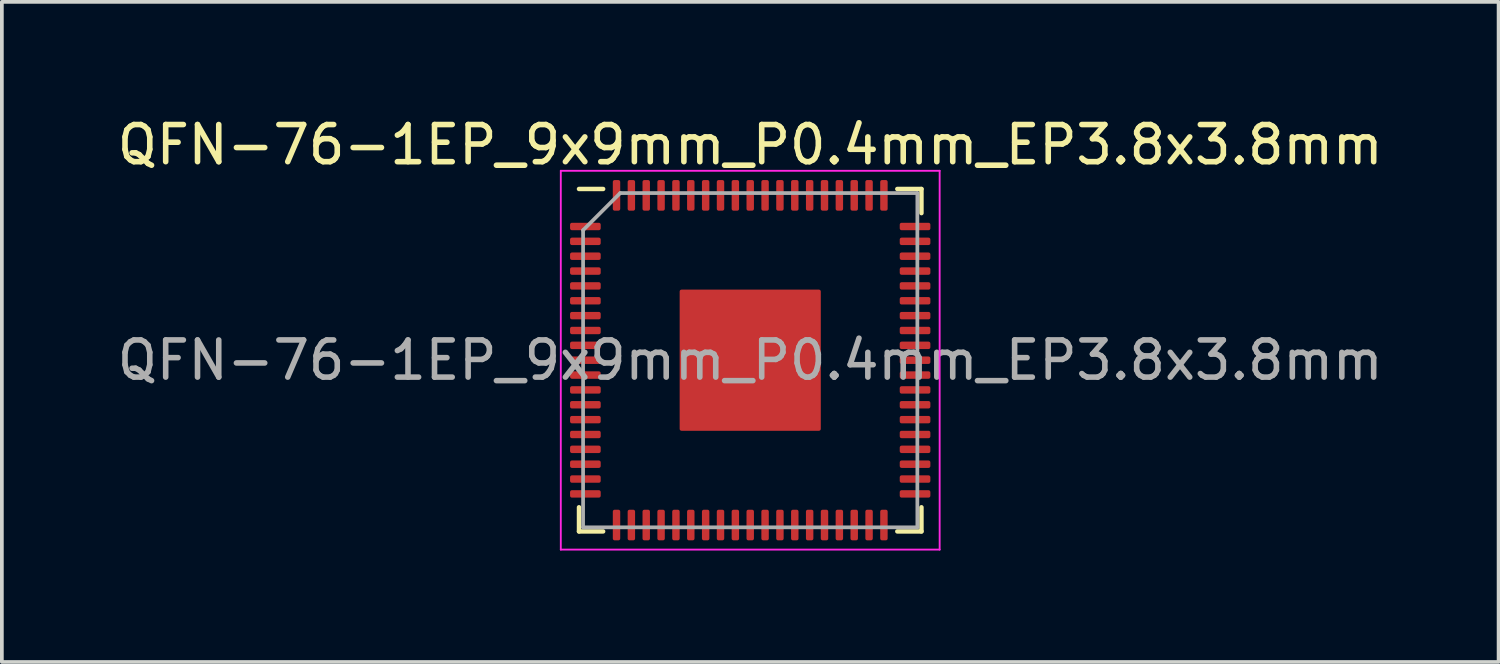
<source format=kicad_pcb>
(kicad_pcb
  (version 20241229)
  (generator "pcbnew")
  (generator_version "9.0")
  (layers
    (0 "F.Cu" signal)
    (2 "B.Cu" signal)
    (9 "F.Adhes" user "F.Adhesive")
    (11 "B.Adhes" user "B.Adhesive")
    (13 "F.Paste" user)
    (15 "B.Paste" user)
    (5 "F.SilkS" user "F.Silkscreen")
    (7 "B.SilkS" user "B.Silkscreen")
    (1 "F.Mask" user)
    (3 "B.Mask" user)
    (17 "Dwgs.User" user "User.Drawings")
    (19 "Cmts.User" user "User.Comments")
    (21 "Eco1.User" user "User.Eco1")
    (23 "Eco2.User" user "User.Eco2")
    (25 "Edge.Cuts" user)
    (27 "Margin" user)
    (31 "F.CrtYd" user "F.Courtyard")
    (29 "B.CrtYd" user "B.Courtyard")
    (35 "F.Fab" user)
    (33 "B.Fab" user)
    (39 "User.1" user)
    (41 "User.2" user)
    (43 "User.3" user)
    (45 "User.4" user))
  (footprint "QFN-76-1EP_9x9mm_P0.4mm_EP3.8x3.8mm"
    (layer "F.Cu")
    (at 17.149 6.648)
    (property "Reference" "QFN-76-1EP_9x9mm_P0.4mm_EP3.8x3.8mm" (at 0 -5.8 0) (layer "F.SilkS") (effects (font (size 1 1) (thickness 0.15))))
    (attr smd)
    (fp_line (start -4.61 4.61) (end -4.61 3.96) (stroke (width 0.12) (type solid)) (layer "F.SilkS"))
    (fp_line (start -3.96 -4.61) (end -4.61 -4.61) (stroke (width 0.12) (type solid)) (layer "F.SilkS"))
    (fp_line (start -3.96 4.61) (end -4.61 4.61) (stroke (width 0.12) (type solid)) (layer "F.SilkS"))
    (fp_line (start 3.96 -4.61) (end 4.61 -4.61) (stroke (width 0.12) (type solid)) (layer "F.SilkS"))
    (fp_line (start 3.96 4.61) (end 4.61 4.61) (stroke (width 0.12) (type solid)) (layer "F.SilkS"))
    (fp_line (start 4.61 -4.61) (end 4.61 -3.96) (stroke (width 0.12) (type solid)) (layer "F.SilkS"))
    (fp_line (start 4.61 4.61) (end 4.61 3.96) (stroke (width 0.12) (type solid)) (layer "F.SilkS"))
    (fp_line (start -5.1 -5.1) (end -5.1 5.1) (stroke (width 0.05) (type solid)) (layer "F.CrtYd"))
    (fp_line (start -5.1 5.1) (end 5.1 5.1) (stroke (width 0.05) (type solid)) (layer "F.CrtYd"))
    (fp_line (start 5.1 -5.1) (end -5.1 -5.1) (stroke (width 0.05) (type solid)) (layer "F.CrtYd"))
    (fp_line (start 5.1 5.1) (end 5.1 -5.1) (stroke (width 0.05) (type solid)) (layer "F.CrtYd"))
    (fp_line (start -4.5 -3.5) (end -3.5 -4.5) (stroke (width 0.1) (type solid)) (layer "F.Fab"))
    (fp_line (start -4.5 4.5) (end -4.5 -3.5) (stroke (width 0.1) (type solid)) (layer "F.Fab"))
    (fp_line (start -3.5 -4.5) (end 4.5 -4.5) (stroke (width 0.1) (type solid)) (layer "F.Fab"))
    (fp_line (start 4.5 -4.5) (end 4.5 4.5) (stroke (width 0.1) (type solid)) (layer "F.Fab"))
    (fp_line (start 4.5 4.5) (end -4.5 4.5) (stroke (width 0.1) (type solid)) (layer "F.Fab"))
    (fp_text user "${REFERENCE}" (at 0 0 0) (layer "F.Fab") (effects (font (size 1 1) (thickness 0.15))))
    (pad "" smd roundrect (at -1.27 -1.27) (size 1.02 1.02) (layers "F.Paste") (roundrect_rratio 0.245))
    (pad "" smd roundrect (at -1.27 0) (size 1.02 1.02) (layers "F.Paste") (roundrect_rratio 0.245))
    (pad "" smd roundrect (at -1.27 1.27) (size 1.02 1.02) (layers "F.Paste") (roundrect_rratio 0.245))
    (pad "" smd roundrect (at 0 -1.27) (size 1.02 1.02) (layers "F.Paste") (roundrect_rratio 0.245))
    (pad "" smd roundrect (at 0 0) (size 1.02 1.02) (layers "F.Paste") (roundrect_rratio 0.245))
    (pad "" smd roundrect (at 0 1.27) (size 1.02 1.02) (layers "F.Paste") (roundrect_rratio 0.245))
    (pad "" smd roundrect (at 1.27 -1.27) (size 1.02 1.02) (layers "F.Paste") (roundrect_rratio 0.245))
    (pad "" smd roundrect (at 1.27 0) (size 1.02 1.02) (layers "F.Paste") (roundrect_rratio 0.245))
    (pad "" smd roundrect (at 1.27 1.27) (size 1.02 1.02) (layers "F.Paste") (roundrect_rratio 0.245))
    (pad "1" smd roundrect (at -4.438 -3.6) (size 0.825 0.2) (layers "F.Cu" "F.Mask" "F.Paste") (roundrect_rratio 0.25))
    (pad "2" smd roundrect (at -4.438 -3.2) (size 0.825 0.2) (layers "F.Cu" "F.Mask" "F.Paste") (roundrect_rratio 0.25))
    (pad "3" smd roundrect (at -4.438 -2.8) (size 0.825 0.2) (layers "F.Cu" "F.Mask" "F.Paste") (roundrect_rratio 0.25))
    (pad "4" smd roundrect (at -4.438 -2.4) (size 0.825 0.2) (layers "F.Cu" "F.Mask" "F.Paste") (roundrect_rratio 0.25))
    (pad "5" smd roundrect (at -4.438 -2) (size 0.825 0.2) (layers "F.Cu" "F.Mask" "F.Paste") (roundrect_rratio 0.25))
    (pad "6" smd roundrect (at -4.438 -1.6) (size 0.825 0.2) (layers "F.Cu" "F.Mask" "F.Paste") (roundrect_rratio 0.25))
    (pad "7" smd roundrect (at -4.438 -1.2) (size 0.825 0.2) (layers "F.Cu" "F.Mask" "F.Paste") (roundrect_rratio 0.25))
    (pad "8" smd roundrect (at -4.438 -0.8) (size 0.825 0.2) (layers "F.Cu" "F.Mask" "F.Paste") (roundrect_rratio 0.25))
    (pad "9" smd roundrect (at -4.438 -0.4) (size 0.825 0.2) (layers "F.Cu" "F.Mask" "F.Paste") (roundrect_rratio 0.25))
    (pad "10" smd roundrect (at -4.438 0) (size 0.825 0.2) (layers "F.Cu" "F.Mask" "F.Paste") (roundrect_rratio 0.25))
    (pad "11" smd roundrect (at -4.438 0.4) (size 0.825 0.2) (layers "F.Cu" "F.Mask" "F.Paste") (roundrect_rratio 0.25))
    (pad "12" smd roundrect (at -4.438 0.8) (size 0.825 0.2) (layers "F.Cu" "F.Mask" "F.Paste") (roundrect_rratio 0.25))
    (pad "13" smd roundrect (at -4.438 1.2) (size 0.825 0.2) (layers "F.Cu" "F.Mask" "F.Paste") (roundrect_rratio 0.25))
    (pad "14" smd roundrect (at -4.438 1.6) (size 0.825 0.2) (layers "F.Cu" "F.Mask" "F.Paste") (roundrect_rratio 0.25))
    (pad "15" smd roundrect (at -4.438 2) (size 0.825 0.2) (layers "F.Cu" "F.Mask" "F.Paste") (roundrect_rratio 0.25))
    (pad "16" smd roundrect (at -4.438 2.4) (size 0.825 0.2) (layers "F.Cu" "F.Mask" "F.Paste") (roundrect_rratio 0.25))
    (pad "17" smd roundrect (at -4.438 2.8) (size 0.825 0.2) (layers "F.Cu" "F.Mask" "F.Paste") (roundrect_rratio 0.25))
    (pad "18" smd roundrect (at -4.438 3.2) (size 0.825 0.2) (layers "F.Cu" "F.Mask" "F.Paste") (roundrect_rratio 0.25))
    (pad "19" smd roundrect (at -4.438 3.6) (size 0.825 0.2) (layers "F.Cu" "F.Mask" "F.Paste") (roundrect_rratio 0.25))
    (pad "20" smd roundrect (at -3.6 4.438) (size 0.2 0.825) (layers "F.Cu" "F.Mask" "F.Paste") (roundrect_rratio 0.25))
    (pad "21" smd roundrect (at -3.2 4.438) (size 0.2 0.825) (layers "F.Cu" "F.Mask" "F.Paste") (roundrect_rratio 0.25))
    (pad "22" smd roundrect (at -2.8 4.438) (size 0.2 0.825) (layers "F.Cu" "F.Mask" "F.Paste") (roundrect_rratio 0.25))
    (pad "23" smd roundrect (at -2.4 4.438) (size 0.2 0.825) (layers "F.Cu" "F.Mask" "F.Paste") (roundrect_rratio 0.25))
    (pad "24" smd roundrect (at -2 4.438) (size 0.2 0.825) (layers "F.Cu" "F.Mask" "F.Paste") (roundrect_rratio 0.25))
    (pad "25" smd roundrect (at -1.6 4.438) (size 0.2 0.825) (layers "F.Cu" "F.Mask" "F.Paste") (roundrect_rratio 0.25))
    (pad "26" smd roundrect (at -1.2 4.438) (size 0.2 0.825) (layers "F.Cu" "F.Mask" "F.Paste") (roundrect_rratio 0.25))
    (pad "27" smd roundrect (at -0.8 4.438) (size 0.2 0.825) (layers "F.Cu" "F.Mask" "F.Paste") (roundrect_rratio 0.25))
    (pad "28" smd roundrect (at -0.4 4.438) (size 0.2 0.825) (layers "F.Cu" "F.Mask" "F.Paste") (roundrect_rratio 0.25))
    (pad "29" smd roundrect (at 0 4.438) (size 0.2 0.825) (layers "F.Cu" "F.Mask" "F.Paste") (roundrect_rratio 0.25))
    (pad "30" smd roundrect (at 0.4 4.438) (size 0.2 0.825) (layers "F.Cu" "F.Mask" "F.Paste") (roundrect_rratio 0.25))
    (pad "31" smd roundrect (at 0.8 4.438) (size 0.2 0.825) (layers "F.Cu" "F.Mask" "F.Paste") (roundrect_rratio 0.25))
    (pad "32" smd roundrect (at 1.2 4.438) (size 0.2 0.825) (layers "F.Cu" "F.Mask" "F.Paste") (roundrect_rratio 0.25))
    (pad "33" smd roundrect (at 1.6 4.438) (size 0.2 0.825) (layers "F.Cu" "F.Mask" "F.Paste") (roundrect_rratio 0.25))
    (pad "34" smd roundrect (at 2 4.438) (size 0.2 0.825) (layers "F.Cu" "F.Mask" "F.Paste") (roundrect_rratio 0.25))
    (pad "35" smd roundrect (at 2.4 4.438) (size 0.2 0.825) (layers "F.Cu" "F.Mask" "F.Paste") (roundrect_rratio 0.25))
    (pad "36" smd roundrect (at 2.8 4.438) (size 0.2 0.825) (layers "F.Cu" "F.Mask" "F.Paste") (roundrect_rratio 0.25))
    (pad "37" smd roundrect (at 3.2 4.438) (size 0.2 0.825) (layers "F.Cu" "F.Mask" "F.Paste") (roundrect_rratio 0.25))
    (pad "38" smd roundrect (at 3.6 4.438) (size 0.2 0.825) (layers "F.Cu" "F.Mask" "F.Paste") (roundrect_rratio 0.25))
    (pad "39" smd roundrect (at 4.438 3.6) (size 0.825 0.2) (layers "F.Cu" "F.Mask" "F.Paste") (roundrect_rratio 0.25))
    (pad "40" smd roundrect (at 4.438 3.2) (size 0.825 0.2) (layers "F.Cu" "F.Mask" "F.Paste") (roundrect_rratio 0.25))
    (pad "41" smd roundrect (at 4.438 2.8) (size 0.825 0.2) (layers "F.Cu" "F.Mask" "F.Paste") (roundrect_rratio 0.25))
    (pad "42" smd roundrect (at 4.438 2.4) (size 0.825 0.2) (layers "F.Cu" "F.Mask" "F.Paste") (roundrect_rratio 0.25))
    (pad "43" smd roundrect (at 4.438 2) (size 0.825 0.2) (layers "F.Cu" "F.Mask" "F.Paste") (roundrect_rratio 0.25))
    (pad "44" smd roundrect (at 4.438 1.6) (size 0.825 0.2) (layers "F.Cu" "F.Mask" "F.Paste") (roundrect_rratio 0.25))
    (pad "45" smd roundrect (at 4.438 1.2) (size 0.825 0.2) (layers "F.Cu" "F.Mask" "F.Paste") (roundrect_rratio 0.25))
    (pad "46" smd roundrect (at 4.438 0.8) (size 0.825 0.2) (layers "F.Cu" "F.Mask" "F.Paste") (roundrect_rratio 0.25))
    (pad "47" smd roundrect (at 4.438 0.4) (size 0.825 0.2) (layers "F.Cu" "F.Mask" "F.Paste") (roundrect_rratio 0.25))
    (pad "48" smd roundrect (at 4.438 0) (size 0.825 0.2) (layers "F.Cu" "F.Mask" "F.Paste") (roundrect_rratio 0.25))
    (pad "49" smd roundrect (at 4.438 -0.4) (size 0.825 0.2) (layers "F.Cu" "F.Mask" "F.Paste") (roundrect_rratio 0.25))
    (pad "50" smd roundrect (at 4.438 -0.8) (size 0.825 0.2) (layers "F.Cu" "F.Mask" "F.Paste") (roundrect_rratio 0.25))
    (pad "51" smd roundrect (at 4.438 -1.2) (size 0.825 0.2) (layers "F.Cu" "F.Mask" "F.Paste") (roundrect_rratio 0.25))
    (pad "52" smd roundrect (at 4.438 -1.6) (size 0.825 0.2) (layers "F.Cu" "F.Mask" "F.Paste") (roundrect_rratio 0.25))
    (pad "53" smd roundrect (at 4.438 -2) (size 0.825 0.2) (layers "F.Cu" "F.Mask" "F.Paste") (roundrect_rratio 0.25))
    (pad "54" smd roundrect (at 4.438 -2.4) (size 0.825 0.2) (layers "F.Cu" "F.Mask" "F.Paste") (roundrect_rratio 0.25))
    (pad "55" smd roundrect (at 4.438 -2.8) (size 0.825 0.2) (layers "F.Cu" "F.Mask" "F.Paste") (roundrect_rratio 0.25))
    (pad "56" smd roundrect (at 4.438 -3.2) (size 0.825 0.2) (layers "F.Cu" "F.Mask" "F.Paste") (roundrect_rratio 0.25))
    (pad "57" smd roundrect (at 4.438 -3.6) (size 0.825 0.2) (layers "F.Cu" "F.Mask" "F.Paste") (roundrect_rratio 0.25))
    (pad "58" smd roundrect (at 3.6 -4.438) (size 0.2 0.825) (layers "F.Cu" "F.Mask" "F.Paste") (roundrect_rratio 0.25))
    (pad "59" smd roundrect (at 3.2 -4.438) (size 0.2 0.825) (layers "F.Cu" "F.Mask" "F.Paste") (roundrect_rratio 0.25))
    (pad "60" smd roundrect (at 2.8 -4.438) (size 0.2 0.825) (layers "F.Cu" "F.Mask" "F.Paste") (roundrect_rratio 0.25))
    (pad "61" smd roundrect (at 2.4 -4.438) (size 0.2 0.825) (layers "F.Cu" "F.Mask" "F.Paste") (roundrect_rratio 0.25))
    (pad "62" smd roundrect (at 2 -4.438) (size 0.2 0.825) (layers "F.Cu" "F.Mask" "F.Paste") (roundrect_rratio 0.25))
    (pad "63" smd roundrect (at 1.6 -4.438) (size 0.2 0.825) (layers "F.Cu" "F.Mask" "F.Paste") (roundrect_rratio 0.25))
    (pad "64" smd roundrect (at 1.2 -4.438) (size 0.2 0.825) (layers "F.Cu" "F.Mask" "F.Paste") (roundrect_rratio 0.25))
    (pad "65" smd roundrect (at 0.8 -4.438) (size 0.2 0.825) (layers "F.Cu" "F.Mask" "F.Paste") (roundrect_rratio 0.25))
    (pad "66" smd roundrect (at 0.4 -4.438) (size 0.2 0.825) (layers "F.Cu" "F.Mask" "F.Paste") (roundrect_rratio 0.25))
    (pad "67" smd roundrect (at 0 -4.438) (size 0.2 0.825) (layers "F.Cu" "F.Mask" "F.Paste") (roundrect_rratio 0.25))
    (pad "68" smd roundrect (at -0.4 -4.438) (size 0.2 0.825) (layers "F.Cu" "F.Mask" "F.Paste") (roundrect_rratio 0.25))
    (pad "69" smd roundrect (at -0.8 -4.438) (size 0.2 0.825) (layers "F.Cu" "F.Mask" "F.Paste") (roundrect_rratio 0.25))
    (pad "70" smd roundrect (at -1.2 -4.438) (size 0.2 0.825) (layers "F.Cu" "F.Mask" "F.Paste") (roundrect_rratio 0.25))
    (pad "71" smd roundrect (at -1.6 -4.438) (size 0.2 0.825) (layers "F.Cu" "F.Mask" "F.Paste") (roundrect_rratio 0.25))
    (pad "72" smd roundrect (at -2 -4.438) (size 0.2 0.825) (layers "F.Cu" "F.Mask" "F.Paste") (roundrect_rratio 0.25))
    (pad "73" smd roundrect (at -2.4 -4.438) (size 0.2 0.825) (layers "F.Cu" "F.Mask" "F.Paste") (roundrect_rratio 0.25))
    (pad "74" smd roundrect (at -2.8 -4.438) (size 0.2 0.825) (layers "F.Cu" "F.Mask" "F.Paste") (roundrect_rratio 0.25))
    (pad "75" smd roundrect (at -3.2 -4.438) (size 0.2 0.825) (layers "F.Cu" "F.Mask" "F.Paste") (roundrect_rratio 0.25))
    (pad "76" smd roundrect (at -3.6 -4.438) (size 0.2 0.825) (layers "F.Cu" "F.Mask" "F.Paste") (roundrect_rratio 0.25))
    (pad "77" smd roundrect (at 0 0) (size 3.8 3.8) (layers "F.Cu" "F.Mask") (roundrect_rratio 0.013)))
  (gr_rect
    (start -3 -3)
    (end 37.298 14.773)
    (stroke (width 0.1) (type default))
    (fill no)
    (layer "Edge.Cuts")))
</source>
